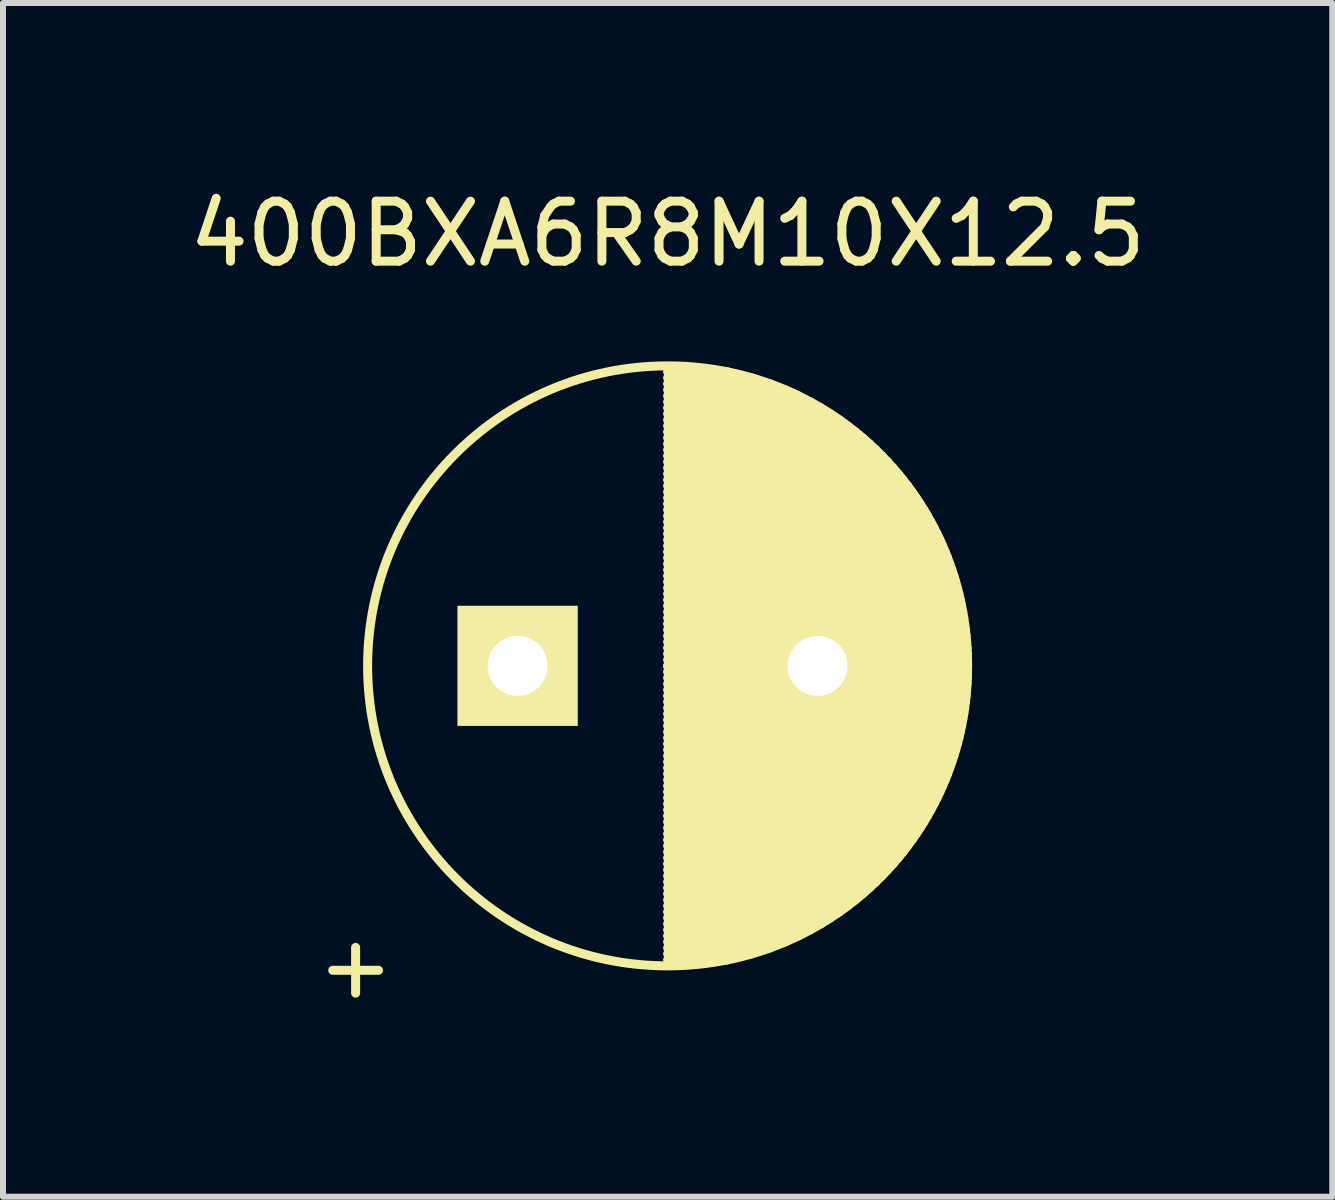
<source format=kicad_pcb>
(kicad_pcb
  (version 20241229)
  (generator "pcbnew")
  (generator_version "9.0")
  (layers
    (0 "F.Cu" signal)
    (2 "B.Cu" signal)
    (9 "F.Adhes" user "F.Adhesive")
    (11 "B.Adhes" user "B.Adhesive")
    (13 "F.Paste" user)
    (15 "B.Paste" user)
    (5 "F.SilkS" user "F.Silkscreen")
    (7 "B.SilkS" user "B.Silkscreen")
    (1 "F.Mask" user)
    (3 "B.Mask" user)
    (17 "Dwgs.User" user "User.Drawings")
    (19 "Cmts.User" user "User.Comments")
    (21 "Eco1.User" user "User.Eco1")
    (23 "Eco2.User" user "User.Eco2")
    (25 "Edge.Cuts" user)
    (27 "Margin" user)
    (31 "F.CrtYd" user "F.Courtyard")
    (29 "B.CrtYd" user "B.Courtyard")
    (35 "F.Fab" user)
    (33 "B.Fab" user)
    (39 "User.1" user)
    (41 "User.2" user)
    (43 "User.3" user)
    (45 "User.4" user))
  (footprint "400BXA6R8M10X12.5"
    (layer "F.Cu")
    (at 5.577 8.048)
    (property "Reference" "400BXA6R8M10X12.5" (at 2.5 -7.2 0) (layer "F.SilkS") (effects (font (size 1 1) (thickness 0.15))))
    (attr through_hole)
    (fp_line (start 2.5 -4.9) (end 3.495 -4.9) (stroke (width 0.15) (type solid)) (layer "F.SilkS"))
    (fp_line (start 2.5 -4.8) (end 3.9 -4.8) (stroke (width 0.15) (type solid)) (layer "F.SilkS"))
    (fp_line (start 2.5 -4.7) (end 4.206 -4.7) (stroke (width 0.15) (type solid)) (layer "F.SilkS"))
    (fp_line (start 2.5 -4.6) (end 4.46 -4.6) (stroke (width 0.15) (type solid)) (layer "F.SilkS"))
    (fp_line (start 2.5 -4.5) (end 4.679 -4.5) (stroke (width 0.15) (type solid)) (layer "F.SilkS"))
    (fp_line (start 2.5 -4.4) (end 4.875 -4.4) (stroke (width 0.15) (type solid)) (layer "F.SilkS"))
    (fp_line (start 2.5 -4.3) (end 5.051 -4.3) (stroke (width 0.15) (type solid)) (layer "F.SilkS"))
    (fp_line (start 2.5 -4.2) (end 5.213 -4.2) (stroke (width 0.15) (type solid)) (layer "F.SilkS"))
    (fp_line (start 2.5 -4.1) (end 5.362 -4.1) (stroke (width 0.15) (type solid)) (layer "F.SilkS"))
    (fp_line (start 2.5 -4) (end 5.5 -4) (stroke (width 0.15) (type solid)) (layer "F.SilkS"))
    (fp_line (start 2.5 -3.9) (end 5.629 -3.9) (stroke (width 0.15) (type solid)) (layer "F.SilkS"))
    (fp_line (start 2.5 -3.8) (end 5.75 -3.8) (stroke (width 0.15) (type solid)) (layer "F.SilkS"))
    (fp_line (start 2.5 -3.7) (end 5.863 -3.7) (stroke (width 0.15) (type solid)) (layer "F.SilkS"))
    (fp_line (start 2.5 -3.6) (end 5.97 -3.6) (stroke (width 0.15) (type solid)) (layer "F.SilkS"))
    (fp_line (start 2.5 -3.5) (end 6.071 -3.5) (stroke (width 0.15) (type solid)) (layer "F.SilkS"))
    (fp_line (start 2.5 -3.4) (end 6.166 -3.4) (stroke (width 0.15) (type solid)) (layer "F.SilkS"))
    (fp_line (start 2.5 -3.3) (end 6.256 -3.3) (stroke (width 0.15) (type solid)) (layer "F.SilkS"))
    (fp_line (start 2.5 -3.2) (end 6.342 -3.2) (stroke (width 0.15) (type solid)) (layer "F.SilkS"))
    (fp_line (start 2.5 -3.1) (end 6.423 -3.1) (stroke (width 0.15) (type solid)) (layer "F.SilkS"))
    (fp_line (start 2.5 -3) (end 6.5 -3) (stroke (width 0.15) (type solid)) (layer "F.SilkS"))
    (fp_line (start 2.5 -2.9) (end 6.573 -2.9) (stroke (width 0.15) (type solid)) (layer "F.SilkS"))
    (fp_line (start 2.5 -2.8) (end 6.642 -2.8) (stroke (width 0.15) (type solid)) (layer "F.SilkS"))
    (fp_line (start 2.5 -2.7) (end 6.708 -2.7) (stroke (width 0.15) (type solid)) (layer "F.SilkS"))
    (fp_line (start 2.5 -2.6) (end 6.771 -2.6) (stroke (width 0.15) (type solid)) (layer "F.SilkS"))
    (fp_line (start 2.5 -2.5) (end 6.83 -2.5) (stroke (width 0.15) (type solid)) (layer "F.SilkS"))
    (fp_line (start 2.5 -2.4) (end 6.886 -2.4) (stroke (width 0.15) (type solid)) (layer "F.SilkS"))
    (fp_line (start 2.5 -2.3) (end 6.94 -2.3) (stroke (width 0.15) (type solid)) (layer "F.SilkS"))
    (fp_line (start 2.5 -2.2) (end 6.99 -2.2) (stroke (width 0.15) (type solid)) (layer "F.SilkS"))
    (fp_line (start 2.5 -2.1) (end 7.038 -2.1) (stroke (width 0.15) (type solid)) (layer "F.SilkS"))
    (fp_line (start 2.5 -2) (end 7.083 -2) (stroke (width 0.15) (type solid)) (layer "F.SilkS"))
    (fp_line (start 2.5 -1.9) (end 7.125 -1.9) (stroke (width 0.15) (type solid)) (layer "F.SilkS"))
    (fp_line (start 2.5 -1.8) (end 7.165 -1.8) (stroke (width 0.15) (type solid)) (layer "F.SilkS"))
    (fp_line (start 2.5 -1.7) (end 7.202 -1.7) (stroke (width 0.15) (type solid)) (layer "F.SilkS"))
    (fp_line (start 2.5 -1.6) (end 7.237 -1.6) (stroke (width 0.15) (type solid)) (layer "F.SilkS"))
    (fp_line (start 2.5 -1.5) (end 7.27 -1.5) (stroke (width 0.15) (type solid)) (layer "F.SilkS"))
    (fp_line (start 2.5 -1.4) (end 7.3 -1.4) (stroke (width 0.15) (type solid)) (layer "F.SilkS"))
    (fp_line (start 2.5 -1.3) (end 7.328 -1.3) (stroke (width 0.15) (type solid)) (layer "F.SilkS"))
    (fp_line (start 2.5 -1.2) (end 7.354 -1.2) (stroke (width 0.15) (type solid)) (layer "F.SilkS"))
    (fp_line (start 2.5 -1.1) (end 7.377 -1.1) (stroke (width 0.15) (type solid)) (layer "F.SilkS"))
    (fp_line (start 2.5 -1) (end 7.399 -1) (stroke (width 0.15) (type solid)) (layer "F.SilkS"))
    (fp_line (start 2.5 -0.9) (end 7.418 -0.9) (stroke (width 0.15) (type solid)) (layer "F.SilkS"))
    (fp_line (start 2.5 -0.8) (end 7.436 -0.8) (stroke (width 0.15) (type solid)) (layer "F.SilkS"))
    (fp_line (start 2.5 -0.7) (end 7.451 -0.7) (stroke (width 0.15) (type solid)) (layer "F.SilkS"))
    (fp_line (start 2.5 -0.6) (end 7.464 -0.6) (stroke (width 0.15) (type solid)) (layer "F.SilkS"))
    (fp_line (start 2.5 -0.5) (end 7.475 -0.5) (stroke (width 0.15) (type solid)) (layer "F.SilkS"))
    (fp_line (start 2.5 -0.4) (end 7.484 -0.4) (stroke (width 0.15) (type solid)) (layer "F.SilkS"))
    (fp_line (start 2.5 -0.3) (end 7.491 -0.3) (stroke (width 0.15) (type solid)) (layer "F.SilkS"))
    (fp_line (start 2.5 -0.2) (end 7.496 -0.2) (stroke (width 0.15) (type solid)) (layer "F.SilkS"))
    (fp_line (start 2.5 -0.1) (end 7.499 -0.1) (stroke (width 0.15) (type solid)) (layer "F.SilkS"))
    (fp_line (start 2.5 0) (end 7.5 0) (stroke (width 0.15) (type solid)) (layer "F.SilkS"))
    (fp_line (start 2.5 0) (end 7.5 0) (stroke (width 0.15) (type solid)) (layer "F.SilkS"))
    (fp_line (start 2.5 0.1) (end 7.499 0.1) (stroke (width 0.15) (type solid)) (layer "F.SilkS"))
    (fp_line (start 2.5 0.2) (end 7.496 0.2) (stroke (width 0.15) (type solid)) (layer "F.SilkS"))
    (fp_line (start 2.5 0.3) (end 7.491 0.3) (stroke (width 0.15) (type solid)) (layer "F.SilkS"))
    (fp_line (start 2.5 0.4) (end 7.484 0.4) (stroke (width 0.15) (type solid)) (layer "F.SilkS"))
    (fp_line (start 2.5 0.5) (end 7.475 0.5) (stroke (width 0.15) (type solid)) (layer "F.SilkS"))
    (fp_line (start 2.5 0.6) (end 7.464 0.6) (stroke (width 0.15) (type solid)) (layer "F.SilkS"))
    (fp_line (start 2.5 0.7) (end 7.451 0.7) (stroke (width 0.15) (type solid)) (layer "F.SilkS"))
    (fp_line (start 2.5 0.8) (end 7.436 0.8) (stroke (width 0.15) (type solid)) (layer "F.SilkS"))
    (fp_line (start 2.5 0.9) (end 7.418 0.9) (stroke (width 0.15) (type solid)) (layer "F.SilkS"))
    (fp_line (start 2.5 1) (end 7.399 1) (stroke (width 0.15) (type solid)) (layer "F.SilkS"))
    (fp_line (start 2.5 1.1) (end 7.377 1.1) (stroke (width 0.15) (type solid)) (layer "F.SilkS"))
    (fp_line (start 2.5 1.2) (end 7.354 1.2) (stroke (width 0.15) (type solid)) (layer "F.SilkS"))
    (fp_line (start 2.5 1.3) (end 7.328 1.3) (stroke (width 0.15) (type solid)) (layer "F.SilkS"))
    (fp_line (start 2.5 1.4) (end 7.3 1.4) (stroke (width 0.15) (type solid)) (layer "F.SilkS"))
    (fp_line (start 2.5 1.5) (end 7.27 1.5) (stroke (width 0.15) (type solid)) (layer "F.SilkS"))
    (fp_line (start 2.5 1.6) (end 7.237 1.6) (stroke (width 0.15) (type solid)) (layer "F.SilkS"))
    (fp_line (start 2.5 1.7) (end 7.202 1.7) (stroke (width 0.15) (type solid)) (layer "F.SilkS"))
    (fp_line (start 2.5 1.8) (end 7.165 1.8) (stroke (width 0.15) (type solid)) (layer "F.SilkS"))
    (fp_line (start 2.5 1.9) (end 7.125 1.9) (stroke (width 0.15) (type solid)) (layer "F.SilkS"))
    (fp_line (start 2.5 2) (end 7.083 2) (stroke (width 0.15) (type solid)) (layer "F.SilkS"))
    (fp_line (start 2.5 2.1) (end 7.038 2.1) (stroke (width 0.15) (type solid)) (layer "F.SilkS"))
    (fp_line (start 2.5 2.2) (end 6.99 2.2) (stroke (width 0.15) (type solid)) (layer "F.SilkS"))
    (fp_line (start 2.5 2.3) (end 6.94 2.3) (stroke (width 0.15) (type solid)) (layer "F.SilkS"))
    (fp_line (start 2.5 2.4) (end 6.886 2.4) (stroke (width 0.15) (type solid)) (layer "F.SilkS"))
    (fp_line (start 2.5 2.5) (end 6.83 2.5) (stroke (width 0.15) (type solid)) (layer "F.SilkS"))
    (fp_line (start 2.5 2.6) (end 6.771 2.6) (stroke (width 0.15) (type solid)) (layer "F.SilkS"))
    (fp_line (start 2.5 2.7) (end 6.708 2.7) (stroke (width 0.15) (type solid)) (layer "F.SilkS"))
    (fp_line (start 2.5 2.8) (end 6.642 2.8) (stroke (width 0.15) (type solid)) (layer "F.SilkS"))
    (fp_line (start 2.5 2.9) (end 6.573 2.9) (stroke (width 0.15) (type solid)) (layer "F.SilkS"))
    (fp_line (start 2.5 3) (end 6.5 3) (stroke (width 0.15) (type solid)) (layer "F.SilkS"))
    (fp_line (start 2.5 3.1) (end 6.423 3.1) (stroke (width 0.15) (type solid)) (layer "F.SilkS"))
    (fp_line (start 2.5 3.2) (end 6.342 3.2) (stroke (width 0.15) (type solid)) (layer "F.SilkS"))
    (fp_line (start 2.5 3.3) (end 6.256 3.3) (stroke (width 0.15) (type solid)) (layer "F.SilkS"))
    (fp_line (start 2.5 3.4) (end 6.166 3.4) (stroke (width 0.15) (type solid)) (layer "F.SilkS"))
    (fp_line (start 2.5 3.5) (end 6.071 3.5) (stroke (width 0.15) (type solid)) (layer "F.SilkS"))
    (fp_line (start 2.5 3.6) (end 5.97 3.6) (stroke (width 0.15) (type solid)) (layer "F.SilkS"))
    (fp_line (start 2.5 3.7) (end 5.863 3.7) (stroke (width 0.15) (type solid)) (layer "F.SilkS"))
    (fp_line (start 2.5 3.8) (end 5.75 3.8) (stroke (width 0.15) (type solid)) (layer "F.SilkS"))
    (fp_line (start 2.5 3.9) (end 5.629 3.9) (stroke (width 0.15) (type solid)) (layer "F.SilkS"))
    (fp_line (start 2.5 4) (end 5.5 4) (stroke (width 0.15) (type solid)) (layer "F.SilkS"))
    (fp_line (start 2.5 4.1) (end 5.362 4.1) (stroke (width 0.15) (type solid)) (layer "F.SilkS"))
    (fp_line (start 2.5 4.2) (end 5.213 4.2) (stroke (width 0.15) (type solid)) (layer "F.SilkS"))
    (fp_line (start 2.5 4.3) (end 5.051 4.3) (stroke (width 0.15) (type solid)) (layer "F.SilkS"))
    (fp_line (start 2.5 4.4) (end 4.875 4.4) (stroke (width 0.15) (type solid)) (layer "F.SilkS"))
    (fp_line (start 2.5 4.5) (end 4.679 4.5) (stroke (width 0.15) (type solid)) (layer "F.SilkS"))
    (fp_line (start 2.5 4.6) (end 4.46 4.6) (stroke (width 0.15) (type solid)) (layer "F.SilkS"))
    (fp_line (start 2.5 4.7) (end 4.206 4.7) (stroke (width 0.15) (type solid)) (layer "F.SilkS"))
    (fp_line (start 2.5 4.8) (end 3.9 4.8) (stroke (width 0.15) (type solid)) (layer "F.SilkS"))
    (fp_line (start 2.5 4.9) (end 3.495 4.9) (stroke (width 0.15) (type solid)) (layer "F.SilkS"))
    (fp_circle (center 2.5 0) (end 2.5 -5) (stroke (width 0.15) (type solid)) (fill no) (layer "F.SilkS"))
    (fp_text user "+" (at -2.7 5 0) (layer "F.SilkS") (effects (font (size 1 1) (thickness 0.15))))
    (pad "1" thru_hole rect (at 0 0) (size 2 2) (drill 1) (layers "*.Cu" "*.Mask" "F.SilkS"))
    (pad "2" thru_hole circle (at 5 0) (size 2 2) (drill 1) (layers "*.Cu" "*.Mask" "F.SilkS")))
  (gr_rect
    (start -3 -3)
    (end 19.155 16.896)
    (stroke (width 0.1) (type default))
    (fill no)
    (layer "Edge.Cuts")))
</source>
